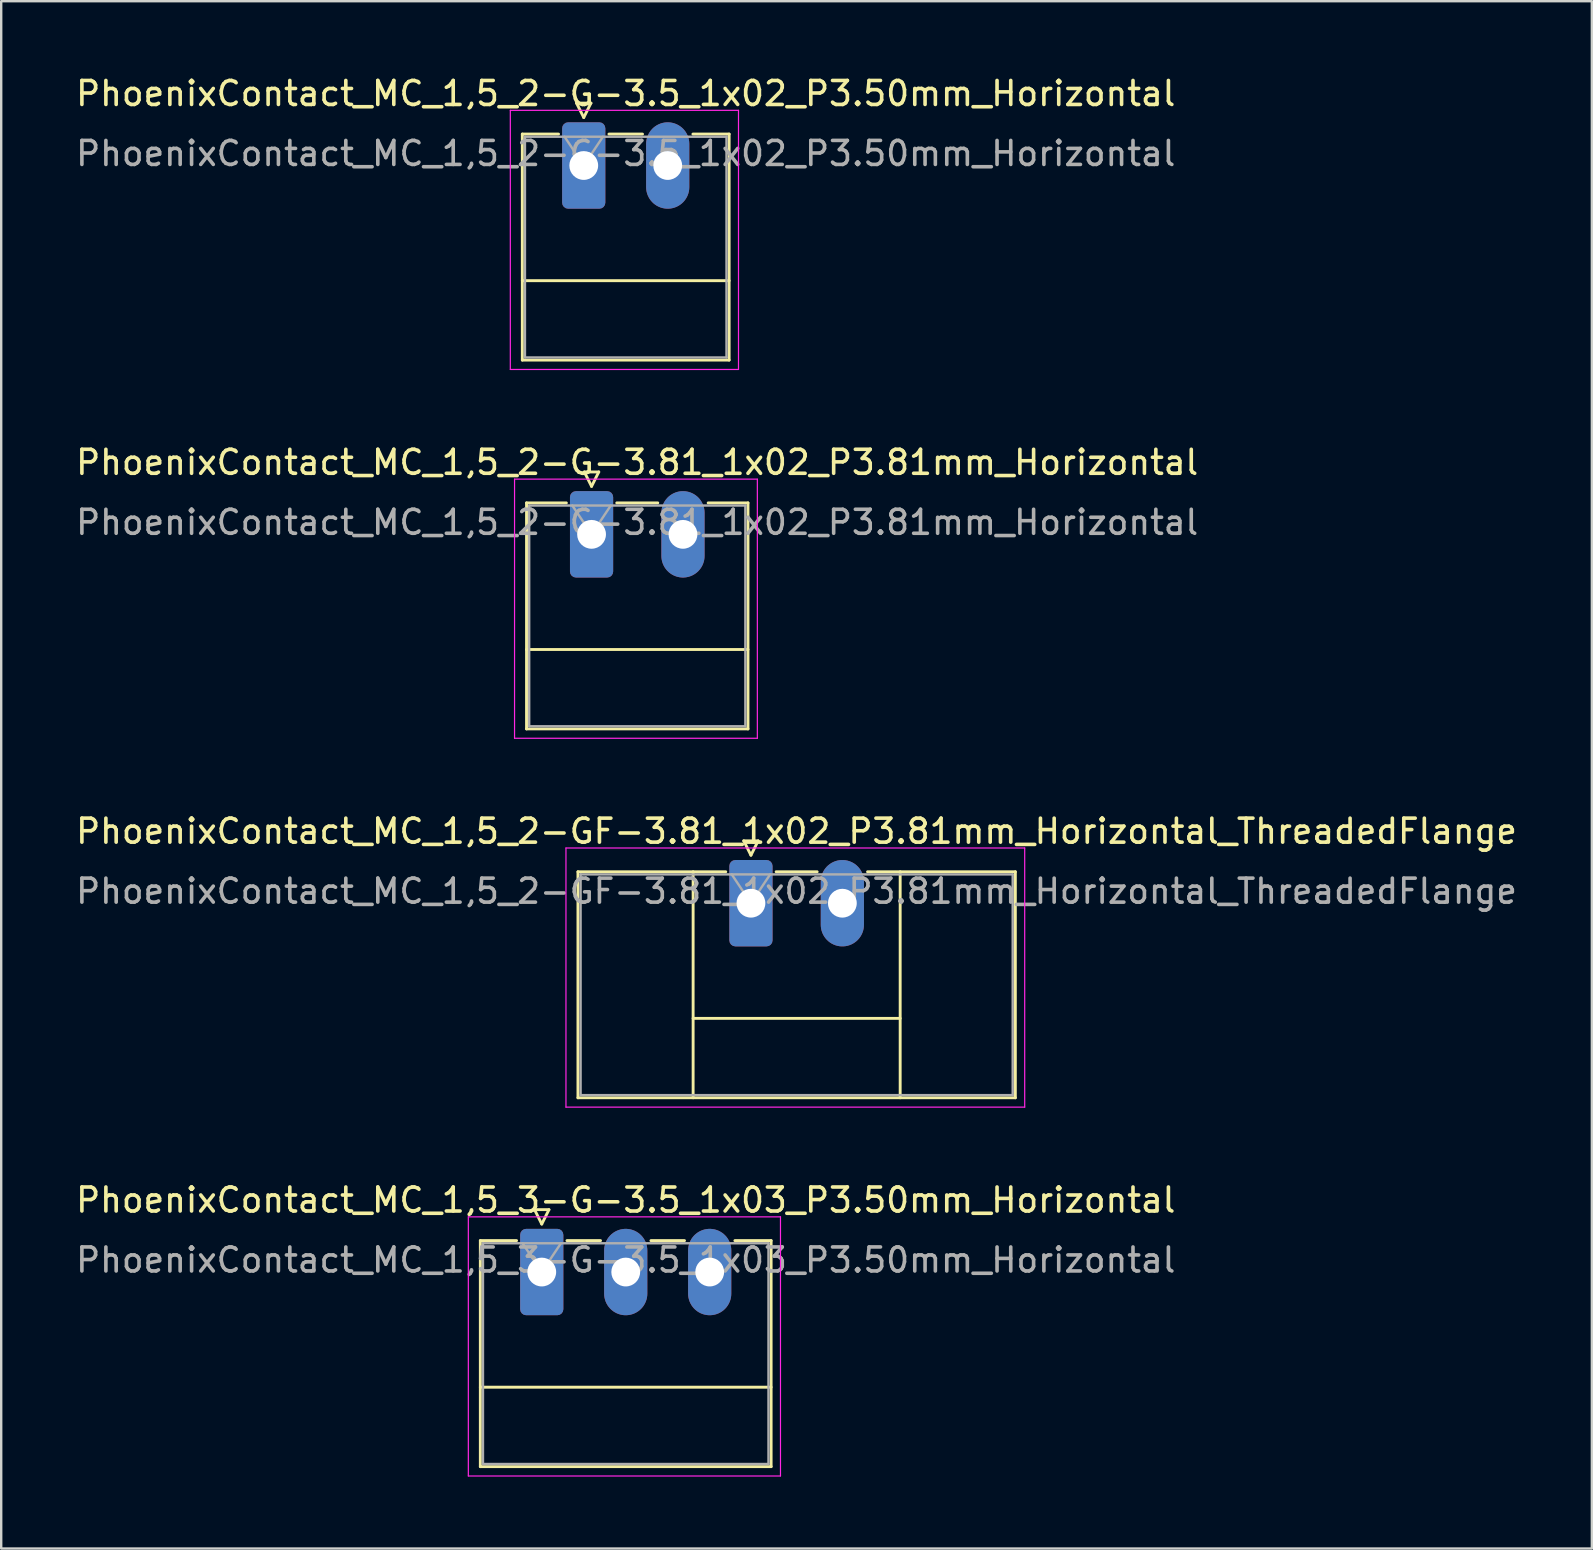
<source format=kicad_pcb>
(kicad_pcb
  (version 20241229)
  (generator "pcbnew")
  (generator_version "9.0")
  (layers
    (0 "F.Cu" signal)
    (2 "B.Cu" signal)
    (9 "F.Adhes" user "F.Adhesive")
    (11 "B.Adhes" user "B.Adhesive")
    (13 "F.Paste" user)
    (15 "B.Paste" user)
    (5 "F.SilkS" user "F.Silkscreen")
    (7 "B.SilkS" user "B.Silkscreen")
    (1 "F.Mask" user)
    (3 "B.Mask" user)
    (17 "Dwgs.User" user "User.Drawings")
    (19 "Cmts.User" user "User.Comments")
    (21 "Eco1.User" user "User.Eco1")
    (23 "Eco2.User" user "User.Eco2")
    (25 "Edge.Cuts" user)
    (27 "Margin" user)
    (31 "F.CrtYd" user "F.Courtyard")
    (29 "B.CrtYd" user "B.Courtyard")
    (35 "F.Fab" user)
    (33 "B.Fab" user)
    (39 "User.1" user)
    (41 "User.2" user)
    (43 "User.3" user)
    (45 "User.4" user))
  (footprint "PhoenixContact_MC_1,5_3-G-3.5_1x03_P3.50mm_Horizontal"
    (layer "F.Cu")
    (at 19.53 49.968)
    (property "Reference" "PhoenixContact_MC_1,5_3-G-3.5_1x03_P3.50mm_Horizontal" (at 3.5 -3 0) (layer "F.SilkS") (effects (font (size 1 1) (thickness 0.15))))
    (attr through_hole)
    (fp_line (start -2.56 -1.31) (end -2.56 8.11) (stroke (width 0.12) (type solid)) (layer "F.SilkS"))
    (fp_line (start -2.56 -1.31) (end -1.05 -1.31) (stroke (width 0.12) (type solid)) (layer "F.SilkS"))
    (fp_line (start -2.56 4.8) (end 9.56 4.8) (stroke (width 0.12) (type solid)) (layer "F.SilkS"))
    (fp_line (start -2.56 8.11) (end 9.56 8.11) (stroke (width 0.12) (type solid)) (layer "F.SilkS"))
    (fp_line (start -0.3 -2.6) (end 0.3 -2.6) (stroke (width 0.12) (type solid)) (layer "F.SilkS"))
    (fp_line (start 0 -2) (end -0.3 -2.6) (stroke (width 0.12) (type solid)) (layer "F.SilkS"))
    (fp_line (start 0.3 -2.6) (end 0 -2) (stroke (width 0.12) (type solid)) (layer "F.SilkS"))
    (fp_line (start 1.05 -1.31) (end 2.45 -1.31) (stroke (width 0.12) (type solid)) (layer "F.SilkS"))
    (fp_line (start 4.55 -1.31) (end 5.95 -1.31) (stroke (width 0.12) (type solid)) (layer "F.SilkS"))
    (fp_line (start 9.56 -1.31) (end 8.05 -1.31) (stroke (width 0.12) (type solid)) (layer "F.SilkS"))
    (fp_line (start 9.56 8.11) (end 9.56 -1.31) (stroke (width 0.12) (type solid)) (layer "F.SilkS"))
    (fp_line (start -3.06 -2.3) (end -3.06 8.5) (stroke (width 0.05) (type solid)) (layer "F.CrtYd"))
    (fp_line (start -3.06 8.5) (end 9.95 8.5) (stroke (width 0.05) (type solid)) (layer "F.CrtYd"))
    (fp_line (start 9.95 -2.3) (end -3.06 -2.3) (stroke (width 0.05) (type solid)) (layer "F.CrtYd"))
    (fp_line (start 9.95 8.5) (end 9.95 -2.3) (stroke (width 0.05) (type solid)) (layer "F.CrtYd"))
    (fp_line (start -2.45 -1.2) (end -2.45 8) (stroke (width 0.1) (type solid)) (layer "F.Fab"))
    (fp_line (start -2.45 8) (end 9.45 8) (stroke (width 0.1) (type solid)) (layer "F.Fab"))
    (fp_line (start 0 0) (end -0.8 -1.2) (stroke (width 0.1) (type solid)) (layer "F.Fab"))
    (fp_line (start 0.8 -1.2) (end 0 0) (stroke (width 0.1) (type solid)) (layer "F.Fab"))
    (fp_line (start 9.45 -1.2) (end -2.45 -1.2) (stroke (width 0.1) (type solid)) (layer "F.Fab"))
    (fp_line (start 9.45 8) (end 9.45 -1.2) (stroke (width 0.1) (type solid)) (layer "F.Fab"))
    (fp_text user "${REFERENCE}" (at 3.5 -0.5 0) (layer "F.Fab") (effects (font (size 1 1) (thickness 0.15))))
    (pad "1" thru_hole roundrect (at 0 0) (size 1.8 3.6) (drill 1.2) (layers "*.Cu" "*.Mask") (roundrect_rratio 0.139))
    (pad "2" thru_hole oval (at 3.5 0) (size 1.8 3.6) (drill 1.2) (layers "*.Cu" "*.Mask"))
    (pad "3" thru_hole oval (at 7 0) (size 1.8 3.6) (drill 1.2) (layers "*.Cu" "*.Mask")))
  (footprint "PhoenixContact_MC_1,5_2-GF-3.81_1x02_P3.81mm_Horizontal_ThreadedFlange"
    (layer "F.Cu")
    (at 28.249 34.595)
    (property "Reference" "PhoenixContact_MC_1,5_2-GF-3.81_1x02_P3.81mm_Horizontal_ThreadedFlange" (at 1.9 -3 0) (layer "F.SilkS") (effects (font (size 1 1) (thickness 0.15))))
    (attr through_hole)
    (fp_line (start -7.21 -1.31) (end -7.21 8.11) (stroke (width 0.12) (type solid)) (layer "F.SilkS"))
    (fp_line (start -7.21 -1.31) (end -1.05 -1.31) (stroke (width 0.12) (type solid)) (layer "F.SilkS"))
    (fp_line (start -7.21 8.11) (end 11.02 8.11) (stroke (width 0.12) (type solid)) (layer "F.SilkS"))
    (fp_line (start -2.41 -1.31) (end -2.41 8.11) (stroke (width 0.12) (type solid)) (layer "F.SilkS"))
    (fp_line (start -2.41 4.8) (end 6.22 4.8) (stroke (width 0.12) (type solid)) (layer "F.SilkS"))
    (fp_line (start -0.3 -2.6) (end 0.3 -2.6) (stroke (width 0.12) (type solid)) (layer "F.SilkS"))
    (fp_line (start 0 -2) (end -0.3 -2.6) (stroke (width 0.12) (type solid)) (layer "F.SilkS"))
    (fp_line (start 0.3 -2.6) (end 0 -2) (stroke (width 0.12) (type solid)) (layer "F.SilkS"))
    (fp_line (start 1.05 -1.31) (end 2.76 -1.31) (stroke (width 0.12) (type solid)) (layer "F.SilkS"))
    (fp_line (start 6.22 -1.31) (end 6.22 8.11) (stroke (width 0.12) (type solid)) (layer "F.SilkS"))
    (fp_line (start 11.02 -1.31) (end 4.86 -1.31) (stroke (width 0.12) (type solid)) (layer "F.SilkS"))
    (fp_line (start 11.02 8.11) (end 11.02 -1.31) (stroke (width 0.12) (type solid)) (layer "F.SilkS"))
    (fp_line (start -7.71 -2.3) (end -7.71 8.5) (stroke (width 0.05) (type solid)) (layer "F.CrtYd"))
    (fp_line (start -7.71 8.5) (end 11.41 8.5) (stroke (width 0.05) (type solid)) (layer "F.CrtYd"))
    (fp_line (start 11.41 -2.3) (end -7.71 -2.3) (stroke (width 0.05) (type solid)) (layer "F.CrtYd"))
    (fp_line (start 11.41 8.5) (end 11.41 -2.3) (stroke (width 0.05) (type solid)) (layer "F.CrtYd"))
    (fp_line (start -7.1 -1.2) (end -7.1 8) (stroke (width 0.1) (type solid)) (layer "F.Fab"))
    (fp_line (start -7.1 8) (end 10.91 8) (stroke (width 0.1) (type solid)) (layer "F.Fab"))
    (fp_line (start 0 0) (end -0.8 -1.2) (stroke (width 0.1) (type solid)) (layer "F.Fab"))
    (fp_line (start 0.8 -1.2) (end 0 0) (stroke (width 0.1) (type solid)) (layer "F.Fab"))
    (fp_line (start 10.91 -1.2) (end -7.1 -1.2) (stroke (width 0.1) (type solid)) (layer "F.Fab"))
    (fp_line (start 10.91 8) (end 10.91 -1.2) (stroke (width 0.1) (type solid)) (layer "F.Fab"))
    (fp_text user "${REFERENCE}" (at 1.9 -0.5 0) (layer "F.Fab") (effects (font (size 1 1) (thickness 0.15))))
    (pad "1" thru_hole roundrect (at 0 0) (size 1.8 3.6) (drill 1.2) (layers "*.Cu" "*.Mask") (roundrect_rratio 0.139))
    (pad "2" thru_hole oval (at 3.81 0) (size 1.8 3.6) (drill 1.2) (layers "*.Cu" "*.Mask")))
  (footprint "PhoenixContact_MC_1,5_2-G-3.81_1x02_P3.81mm_Horizontal"
    (layer "F.Cu")
    (at 21.606 19.221)
    (property "Reference" "PhoenixContact_MC_1,5_2-G-3.81_1x02_P3.81mm_Horizontal" (at 1.9 -3 0) (layer "F.SilkS") (effects (font (size 1 1) (thickness 0.15))))
    (attr through_hole)
    (fp_line (start -2.71 -1.31) (end -2.71 8.11) (stroke (width 0.12) (type solid)) (layer "F.SilkS"))
    (fp_line (start -2.71 -1.31) (end -1.05 -1.31) (stroke (width 0.12) (type solid)) (layer "F.SilkS"))
    (fp_line (start -2.71 4.8) (end 6.52 4.8) (stroke (width 0.12) (type solid)) (layer "F.SilkS"))
    (fp_line (start -2.71 8.11) (end 6.52 8.11) (stroke (width 0.12) (type solid)) (layer "F.SilkS"))
    (fp_line (start -0.3 -2.6) (end 0.3 -2.6) (stroke (width 0.12) (type solid)) (layer "F.SilkS"))
    (fp_line (start 0 -2) (end -0.3 -2.6) (stroke (width 0.12) (type solid)) (layer "F.SilkS"))
    (fp_line (start 0.3 -2.6) (end 0 -2) (stroke (width 0.12) (type solid)) (layer "F.SilkS"))
    (fp_line (start 1.05 -1.31) (end 2.76 -1.31) (stroke (width 0.12) (type solid)) (layer "F.SilkS"))
    (fp_line (start 6.52 -1.31) (end 4.86 -1.31) (stroke (width 0.12) (type solid)) (layer "F.SilkS"))
    (fp_line (start 6.52 8.11) (end 6.52 -1.31) (stroke (width 0.12) (type solid)) (layer "F.SilkS"))
    (fp_line (start -3.21 -2.3) (end -3.21 8.5) (stroke (width 0.05) (type solid)) (layer "F.CrtYd"))
    (fp_line (start -3.21 8.5) (end 6.91 8.5) (stroke (width 0.05) (type solid)) (layer "F.CrtYd"))
    (fp_line (start 6.91 -2.3) (end -3.21 -2.3) (stroke (width 0.05) (type solid)) (layer "F.CrtYd"))
    (fp_line (start 6.91 8.5) (end 6.91 -2.3) (stroke (width 0.05) (type solid)) (layer "F.CrtYd"))
    (fp_line (start -2.6 -1.2) (end -2.6 8) (stroke (width 0.1) (type solid)) (layer "F.Fab"))
    (fp_line (start -2.6 8) (end 6.41 8) (stroke (width 0.1) (type solid)) (layer "F.Fab"))
    (fp_line (start 0 0) (end -0.8 -1.2) (stroke (width 0.1) (type solid)) (layer "F.Fab"))
    (fp_line (start 0.8 -1.2) (end 0 0) (stroke (width 0.1) (type solid)) (layer "F.Fab"))
    (fp_line (start 6.41 -1.2) (end -2.6 -1.2) (stroke (width 0.1) (type solid)) (layer "F.Fab"))
    (fp_line (start 6.41 8) (end 6.41 -1.2) (stroke (width 0.1) (type solid)) (layer "F.Fab"))
    (fp_text user "${REFERENCE}" (at 1.9 -0.5 0) (layer "F.Fab") (effects (font (size 1 1) (thickness 0.15))))
    (pad "1" thru_hole roundrect (at 0 0) (size 1.8 3.6) (drill 1.2) (layers "*.Cu" "*.Mask") (roundrect_rratio 0.139))
    (pad "2" thru_hole oval (at 3.81 0) (size 1.8 3.6) (drill 1.2) (layers "*.Cu" "*.Mask")))
  (footprint "PhoenixContact_MC_1,5_2-G-3.5_1x02_P3.50mm_Horizontal"
    (layer "F.Cu")
    (at 21.28 3.848)
    (property "Reference" "PhoenixContact_MC_1,5_2-G-3.5_1x02_P3.50mm_Horizontal" (at 1.75 -3 0) (layer "F.SilkS") (effects (font (size 1 1) (thickness 0.15))))
    (attr through_hole)
    (fp_line (start -2.56 -1.31) (end -2.56 8.11) (stroke (width 0.12) (type solid)) (layer "F.SilkS"))
    (fp_line (start -2.56 -1.31) (end -1.05 -1.31) (stroke (width 0.12) (type solid)) (layer "F.SilkS"))
    (fp_line (start -2.56 4.8) (end 6.06 4.8) (stroke (width 0.12) (type solid)) (layer "F.SilkS"))
    (fp_line (start -2.56 8.11) (end 6.06 8.11) (stroke (width 0.12) (type solid)) (layer "F.SilkS"))
    (fp_line (start -0.3 -2.6) (end 0.3 -2.6) (stroke (width 0.12) (type solid)) (layer "F.SilkS"))
    (fp_line (start 0 -2) (end -0.3 -2.6) (stroke (width 0.12) (type solid)) (layer "F.SilkS"))
    (fp_line (start 0.3 -2.6) (end 0 -2) (stroke (width 0.12) (type solid)) (layer "F.SilkS"))
    (fp_line (start 1.05 -1.31) (end 2.45 -1.31) (stroke (width 0.12) (type solid)) (layer "F.SilkS"))
    (fp_line (start 6.06 -1.31) (end 4.55 -1.31) (stroke (width 0.12) (type solid)) (layer "F.SilkS"))
    (fp_line (start 6.06 8.11) (end 6.06 -1.31) (stroke (width 0.12) (type solid)) (layer "F.SilkS"))
    (fp_line (start -3.06 -2.3) (end -3.06 8.5) (stroke (width 0.05) (type solid)) (layer "F.CrtYd"))
    (fp_line (start -3.06 8.5) (end 6.45 8.5) (stroke (width 0.05) (type solid)) (layer "F.CrtYd"))
    (fp_line (start 6.45 -2.3) (end -3.06 -2.3) (stroke (width 0.05) (type solid)) (layer "F.CrtYd"))
    (fp_line (start 6.45 8.5) (end 6.45 -2.3) (stroke (width 0.05) (type solid)) (layer "F.CrtYd"))
    (fp_line (start -2.45 -1.2) (end -2.45 8) (stroke (width 0.1) (type solid)) (layer "F.Fab"))
    (fp_line (start -2.45 8) (end 5.95 8) (stroke (width 0.1) (type solid)) (layer "F.Fab"))
    (fp_line (start 0 0) (end -0.8 -1.2) (stroke (width 0.1) (type solid)) (layer "F.Fab"))
    (fp_line (start 0.8 -1.2) (end 0 0) (stroke (width 0.1) (type solid)) (layer "F.Fab"))
    (fp_line (start 5.95 -1.2) (end -2.45 -1.2) (stroke (width 0.1) (type solid)) (layer "F.Fab"))
    (fp_line (start 5.95 8) (end 5.95 -1.2) (stroke (width 0.1) (type solid)) (layer "F.Fab"))
    (fp_text user "${REFERENCE}" (at 1.75 -0.5 0) (layer "F.Fab") (effects (font (size 1 1) (thickness 0.15))))
    (pad "1" thru_hole roundrect (at 0 0) (size 1.8 3.6) (drill 1.2) (layers "*.Cu" "*.Mask") (roundrect_rratio 0.139))
    (pad "2" thru_hole oval (at 3.5 0) (size 1.8 3.6) (drill 1.2) (layers "*.Cu" "*.Mask")))
  (gr_rect
    (start -3 -3)
    (end 63.298 61.493)
    (stroke (width 0.1) (type default))
    (fill no)
    (layer "Edge.Cuts")))
</source>
